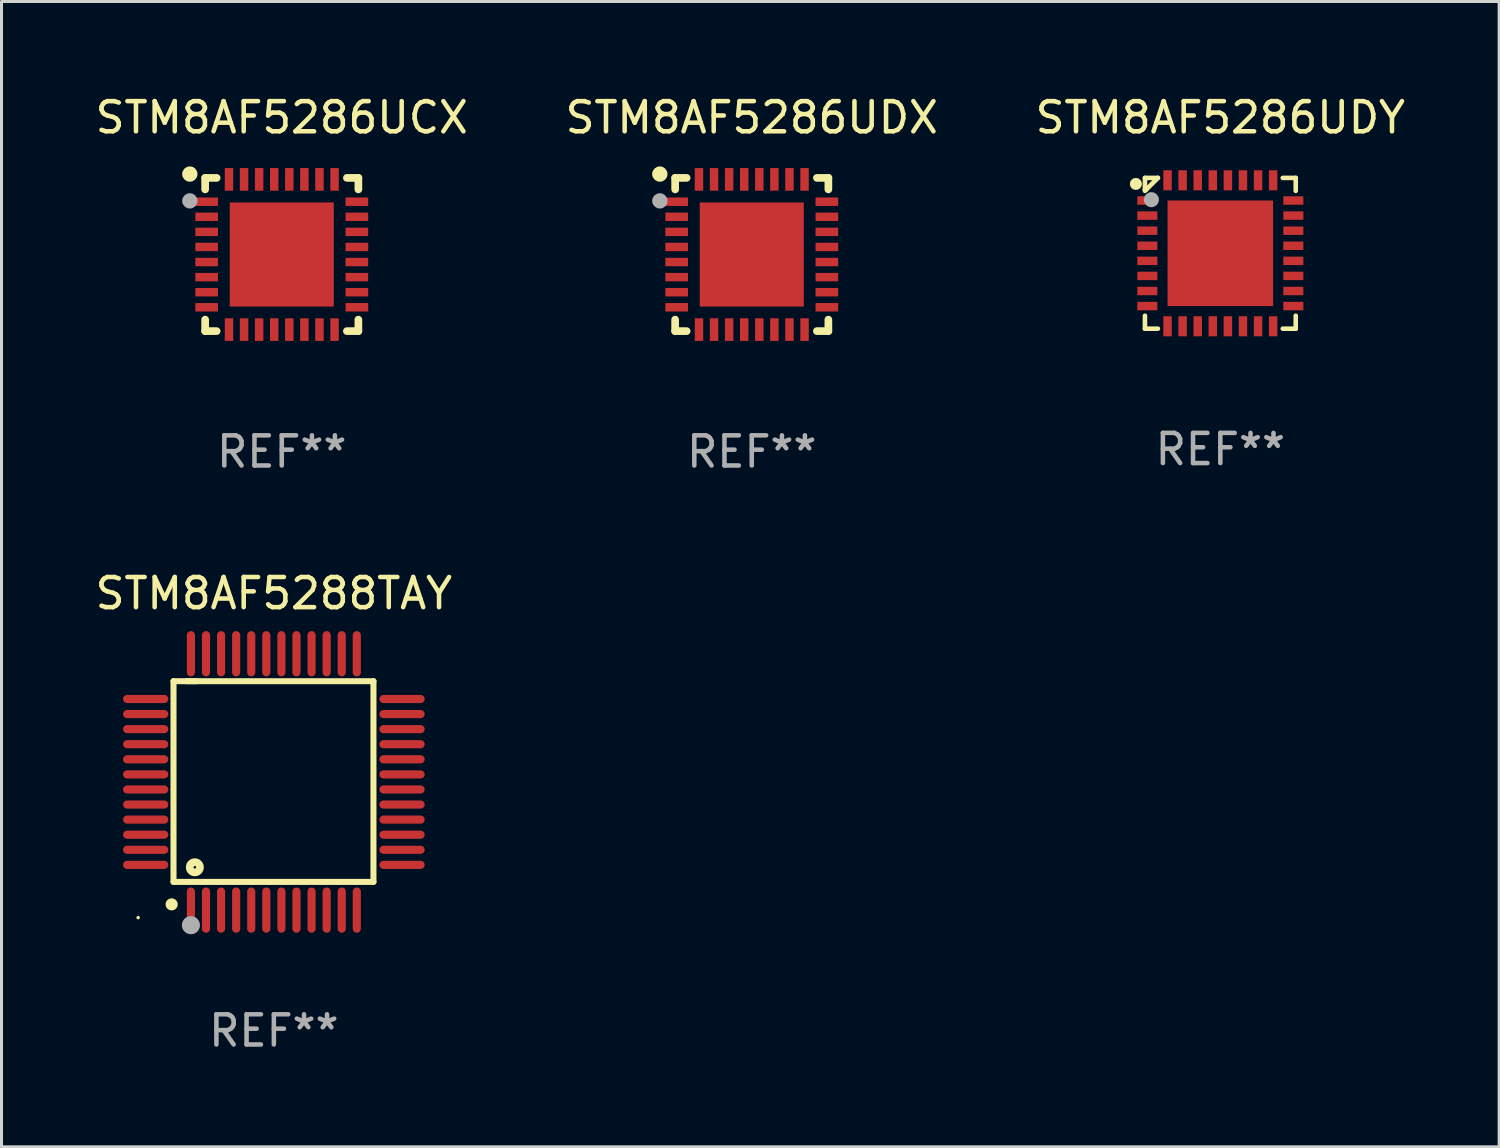
<source format=kicad_pcb>
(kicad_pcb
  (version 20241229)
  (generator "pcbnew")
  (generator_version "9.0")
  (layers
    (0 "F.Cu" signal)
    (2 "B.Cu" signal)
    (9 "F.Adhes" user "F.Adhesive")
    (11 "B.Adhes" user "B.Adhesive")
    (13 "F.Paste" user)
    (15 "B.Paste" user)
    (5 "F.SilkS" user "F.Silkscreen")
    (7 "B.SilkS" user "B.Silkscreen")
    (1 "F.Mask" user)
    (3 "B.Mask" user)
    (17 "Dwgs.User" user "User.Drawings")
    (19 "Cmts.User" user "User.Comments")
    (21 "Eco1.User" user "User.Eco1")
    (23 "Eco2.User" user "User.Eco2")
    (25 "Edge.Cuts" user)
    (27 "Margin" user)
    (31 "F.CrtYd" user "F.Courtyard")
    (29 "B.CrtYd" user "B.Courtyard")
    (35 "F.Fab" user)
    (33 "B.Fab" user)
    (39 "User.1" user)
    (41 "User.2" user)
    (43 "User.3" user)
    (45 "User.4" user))
  (footprint "STM8AF5286UDX"
    (layer "F.Cu")
    (at 21.875 5.388)
    (property "Reference" "STM8AF5286UDX" (at 0 -4.54 0) (layer "F.SilkS") (effects (font (size 1 1) (thickness 0.15))))
    (attr through_hole)
    (fp_line (start -2.54 -2.54) (end -2.159 -2.54) (stroke (width 0.254) (type solid)) (layer "F.SilkS"))
    (fp_line (start -2.54 -2.159) (end -2.54 -2.54) (stroke (width 0.254) (type solid)) (layer "F.SilkS"))
    (fp_line (start -2.54 2.54) (end -2.54 2.159) (stroke (width 0.254) (type solid)) (layer "F.SilkS"))
    (fp_line (start -2.159 2.54) (end -2.54 2.54) (stroke (width 0.254) (type solid)) (layer "F.SilkS"))
    (fp_line (start 2.159 -2.54) (end 2.54 -2.54) (stroke (width 0.254) (type solid)) (layer "F.SilkS"))
    (fp_line (start 2.54 -2.54) (end 2.54 -2.159) (stroke (width 0.254) (type solid)) (layer "F.SilkS"))
    (fp_line (start 2.54 2.159) (end 2.54 2.54) (stroke (width 0.254) (type solid)) (layer "F.SilkS"))
    (fp_line (start 2.54 2.54) (end 2.159 2.54) (stroke (width 0.254) (type solid)) (layer "F.SilkS"))
    (fp_circle (center -3.048 -2.667) (end -2.921 -2.667) (stroke (width 0.254) (type solid)) (fill no) (layer "F.SilkS"))
    (fp_circle (center -2.5 -2.5) (end -2.47 -2.5) (stroke (width 0.06) (type solid)) (fill no) (layer "F.SilkS"))
    (fp_circle (center -3.048 -1.778) (end -2.921 -1.778) (stroke (width 0.254) (type solid)) (fill no) (layer "F.Fab"))
    (fp_text user "REF**" (at 0 6.54 0) (layer "F.Fab") (effects (font (size 1 1) (thickness 0.15))))
    (pad "1" smd rect (at -2.49 -1.75) (size 0.75 0.28) (layers "F.Cu" "F.Mask" "F.Paste"))
    (pad "2" smd rect (at -2.49 -1.25) (size 0.75 0.28) (layers "F.Cu" "F.Mask" "F.Paste"))
    (pad "3" smd rect (at -2.49 -0.75) (size 0.75 0.28) (layers "F.Cu" "F.Mask" "F.Paste"))
    (pad "4" smd rect (at -2.49 -0.25) (size 0.75 0.28) (layers "F.Cu" "F.Mask" "F.Paste"))
    (pad "5" smd rect (at -2.49 0.25) (size 0.75 0.28) (layers "F.Cu" "F.Mask" "F.Paste"))
    (pad "6" smd rect (at -2.49 0.75) (size 0.75 0.28) (layers "F.Cu" "F.Mask" "F.Paste"))
    (pad "7" smd rect (at -2.49 1.25) (size 0.75 0.28) (layers "F.Cu" "F.Mask" "F.Paste"))
    (pad "8" smd rect (at -2.49 1.75) (size 0.75 0.28) (layers "F.Cu" "F.Mask" "F.Paste"))
    (pad "9" smd rect (at -1.75 2.49) (size 0.28 0.75) (layers "F.Cu" "F.Mask" "F.Paste"))
    (pad "10" smd rect (at -1.25 2.49) (size 0.28 0.75) (layers "F.Cu" "F.Mask" "F.Paste"))
    (pad "11" smd rect (at -0.75 2.49) (size 0.28 0.75) (layers "F.Cu" "F.Mask" "F.Paste"))
    (pad "12" smd rect (at -0.25 2.49) (size 0.28 0.75) (layers "F.Cu" "F.Mask" "F.Paste"))
    (pad "13" smd rect (at 0.25 2.49) (size 0.28 0.75) (layers "F.Cu" "F.Mask" "F.Paste"))
    (pad "14" smd rect (at 0.75 2.49) (size 0.28 0.75) (layers "F.Cu" "F.Mask" "F.Paste"))
    (pad "15" smd rect (at 1.25 2.49) (size 0.28 0.75) (layers "F.Cu" "F.Mask" "F.Paste"))
    (pad "16" smd rect (at 1.75 2.49) (size 0.28 0.75) (layers "F.Cu" "F.Mask" "F.Paste"))
    (pad "17" smd rect (at 2.49 1.75) (size 0.75 0.28) (layers "F.Cu" "F.Mask" "F.Paste"))
    (pad "18" smd rect (at 2.49 1.25) (size 0.75 0.28) (layers "F.Cu" "F.Mask" "F.Paste"))
    (pad "19" smd rect (at 2.49 0.75) (size 0.75 0.28) (layers "F.Cu" "F.Mask" "F.Paste"))
    (pad "20" smd rect (at 2.49 0.25) (size 0.75 0.28) (layers "F.Cu" "F.Mask" "F.Paste"))
    (pad "21" smd rect (at 2.49 -0.25) (size 0.75 0.28) (layers "F.Cu" "F.Mask" "F.Paste"))
    (pad "22" smd rect (at 2.49 -0.75) (size 0.75 0.28) (layers "F.Cu" "F.Mask" "F.Paste"))
    (pad "23" smd rect (at 2.49 -1.25) (size 0.75 0.28) (layers "F.Cu" "F.Mask" "F.Paste"))
    (pad "24" smd rect (at 2.49 -1.75) (size 0.75 0.28) (layers "F.Cu" "F.Mask" "F.Paste"))
    (pad "25" smd rect (at 1.75 -2.49) (size 0.28 0.75) (layers "F.Cu" "F.Mask" "F.Paste"))
    (pad "26" smd rect (at 1.25 -2.49) (size 0.28 0.75) (layers "F.Cu" "F.Mask" "F.Paste"))
    (pad "27" smd rect (at 0.75 -2.49) (size 0.28 0.75) (layers "F.Cu" "F.Mask" "F.Paste"))
    (pad "28" smd rect (at 0.25 -2.49) (size 0.28 0.75) (layers "F.Cu" "F.Mask" "F.Paste"))
    (pad "29" smd rect (at -0.25 -2.49) (size 0.28 0.75) (layers "F.Cu" "F.Mask" "F.Paste"))
    (pad "30" smd rect (at -0.75 -2.49) (size 0.28 0.75) (layers "F.Cu" "F.Mask" "F.Paste"))
    (pad "31" smd rect (at -1.25 -2.49) (size 0.28 0.75) (layers "F.Cu" "F.Mask" "F.Paste"))
    (pad "32" smd rect (at -1.75 -2.49) (size 0.28 0.75) (layers "F.Cu" "F.Mask" "F.Paste"))
    (pad "33" smd rect (at 0 0) (size 3.45 3.45) (layers "F.Cu" "F.Mask" "F.Paste")))
  (footprint "STM8AF5286UDY"
    (layer "F.Cu")
    (at 37.411 5.348)
    (property "Reference" "STM8AF5286UDY" (at 0 -4.5 0) (layer "F.SilkS") (effects (font (size 1 1) (thickness 0.15))))
    (attr through_hole)
    (fp_line (start -2.5 -2.5) (end -2.07 -2.5) (stroke (width 0.152) (type solid)) (layer "F.SilkS"))
    (fp_line (start -2.5 -2.11) (end -2.5 -2.5) (stroke (width 0.152) (type solid)) (layer "F.SilkS"))
    (fp_line (start -2.5 -2.11) (end -2.5 -2.07) (stroke (width 0.152) (type solid)) (layer "F.SilkS"))
    (fp_line (start -2.5 -2.11) (end -2.46 -2.11) (stroke (width 0.152) (type solid)) (layer "F.SilkS"))
    (fp_line (start -2.5 2.5) (end -2.5 2.07) (stroke (width 0.152) (type solid)) (layer "F.SilkS"))
    (fp_line (start -2.46 -2.11) (end -2.07 -2.5) (stroke (width 0.152) (type solid)) (layer "F.SilkS"))
    (fp_line (start -2.07 2.5) (end -2.5 2.5) (stroke (width 0.152) (type solid)) (layer "F.SilkS"))
    (fp_line (start 2.07 -2.5) (end 2.5 -2.5) (stroke (width 0.152) (type solid)) (layer "F.SilkS"))
    (fp_line (start 2.5 -2.5) (end 2.5 -2.07) (stroke (width 0.152) (type solid)) (layer "F.SilkS"))
    (fp_line (start 2.5 2.07) (end 2.5 2.5) (stroke (width 0.152) (type solid)) (layer "F.SilkS"))
    (fp_line (start 2.5 2.5) (end 2.07 2.5) (stroke (width 0.152) (type solid)) (layer "F.SilkS"))
    (fp_circle (center -2.8 -2.3) (end -2.7 -2.3) (stroke (width 0.2) (type solid)) (fill no) (layer "F.SilkS"))
    (fp_circle (center -2.5 -2.5) (end -2.47 -2.5) (stroke (width 0.06) (type solid)) (fill no) (layer "F.SilkS"))
    (fp_circle (center -2.286 -1.778) (end -2.161 -1.778) (stroke (width 0.25) (type solid)) (fill no) (layer "F.Fab"))
    (fp_text user "REF**" (at 0 6.5 0) (layer "F.Fab") (effects (font (size 1 1) (thickness 0.15))))
    (pad "1" smd rect (at -2.42 -1.75 270) (size 0.28 0.665) (layers "F.Cu" "F.Mask" "F.Paste"))
    (pad "2" smd rect (at -2.42 -1.25 270) (size 0.28 0.665) (layers "F.Cu" "F.Mask" "F.Paste"))
    (pad "3" smd rect (at -2.42 -0.75 270) (size 0.28 0.665) (layers "F.Cu" "F.Mask" "F.Paste"))
    (pad "4" smd rect (at -2.42 -0.25 270) (size 0.28 0.665) (layers "F.Cu" "F.Mask" "F.Paste"))
    (pad "5" smd rect (at -2.42 0.25 270) (size 0.28 0.665) (layers "F.Cu" "F.Mask" "F.Paste"))
    (pad "6" smd rect (at -2.42 0.75 270) (size 0.28 0.665) (layers "F.Cu" "F.Mask" "F.Paste"))
    (pad "7" smd rect (at -2.42 1.25 270) (size 0.28 0.665) (layers "F.Cu" "F.Mask" "F.Paste"))
    (pad "8" smd rect (at -2.42 1.75 270) (size 0.28 0.665) (layers "F.Cu" "F.Mask" "F.Paste"))
    (pad "9" smd rect (at -1.75 2.42 270) (size 0.665 0.28) (layers "F.Cu" "F.Mask" "F.Paste"))
    (pad "10" smd rect (at -1.25 2.42 270) (size 0.665 0.28) (layers "F.Cu" "F.Mask" "F.Paste"))
    (pad "11" smd rect (at -0.75 2.42 270) (size 0.665 0.28) (layers "F.Cu" "F.Mask" "F.Paste"))
    (pad "12" smd rect (at -0.25 2.42 270) (size 0.665 0.28) (layers "F.Cu" "F.Mask" "F.Paste"))
    (pad "13" smd rect (at 0.25 2.42 270) (size 0.665 0.28) (layers "F.Cu" "F.Mask" "F.Paste"))
    (pad "14" smd rect (at 0.75 2.42 270) (size 0.665 0.28) (layers "F.Cu" "F.Mask" "F.Paste"))
    (pad "15" smd rect (at 1.25 2.42 270) (size 0.665 0.28) (layers "F.Cu" "F.Mask" "F.Paste"))
    (pad "16" smd rect (at 1.75 2.42 270) (size 0.665 0.28) (layers "F.Cu" "F.Mask" "F.Paste"))
    (pad "17" smd rect (at 2.42 1.75 270) (size 0.28 0.665) (layers "F.Cu" "F.Mask" "F.Paste"))
    (pad "18" smd rect (at 2.42 1.25 270) (size 0.28 0.665) (layers "F.Cu" "F.Mask" "F.Paste"))
    (pad "19" smd rect (at 2.42 0.75 270) (size 0.28 0.665) (layers "F.Cu" "F.Mask" "F.Paste"))
    (pad "20" smd rect (at 2.42 0.25 270) (size 0.28 0.665) (layers "F.Cu" "F.Mask" "F.Paste"))
    (pad "21" smd rect (at 2.42 -0.25 270) (size 0.28 0.665) (layers "F.Cu" "F.Mask" "F.Paste"))
    (pad "22" smd rect (at 2.42 -0.75 270) (size 0.28 0.665) (layers "F.Cu" "F.Mask" "F.Paste"))
    (pad "23" smd rect (at 2.42 -1.25 270) (size 0.28 0.665) (layers "F.Cu" "F.Mask" "F.Paste"))
    (pad "24" smd rect (at 2.42 -1.75 270) (size 0.28 0.665) (layers "F.Cu" "F.Mask" "F.Paste"))
    (pad "25" smd rect (at 1.75 -2.42 270) (size 0.665 0.28) (layers "F.Cu" "F.Mask" "F.Paste"))
    (pad "26" smd rect (at 1.25 -2.42 270) (size 0.665 0.28) (layers "F.Cu" "F.Mask" "F.Paste"))
    (pad "27" smd rect (at 0.75 -2.42 270) (size 0.665 0.28) (layers "F.Cu" "F.Mask" "F.Paste"))
    (pad "28" smd rect (at 0.25 -2.42 270) (size 0.665 0.28) (layers "F.Cu" "F.Mask" "F.Paste"))
    (pad "29" smd rect (at -0.25 -2.42 270) (size 0.665 0.28) (layers "F.Cu" "F.Mask" "F.Paste"))
    (pad "30" smd rect (at -0.75 -2.42 270) (size 0.665 0.28) (layers "F.Cu" "F.Mask" "F.Paste"))
    (pad "31" smd rect (at -1.25 -2.42 270) (size 0.665 0.28) (layers "F.Cu" "F.Mask" "F.Paste"))
    (pad "32" smd rect (at -1.75 -2.42 270) (size 0.665 0.28) (layers "F.Cu" "F.Mask" "F.Paste"))
    (pad "33" smd rect (at 0 0 270) (size 3.5 3.5) (layers "F.Cu" "F.Mask" "F.Paste")))
  (footprint "STM8AF5288TAY"
    (layer "F.Cu")
    (at 6.03 22.875)
    (property "Reference" "STM8AF5288TAY" (at 0 -6.25 0) (layer "F.SilkS") (effects (font (size 1 1) (thickness 0.15))))
    (attr through_hole)
    (fp_line (start -3.327 -3.34) (end -2.565 -3.34) (stroke (width 0.2) (type solid)) (layer "F.SilkS"))
    (fp_line (start -3.327 3.315) (end -3.327 -3.34) (stroke (width 0.2) (type solid)) (layer "F.SilkS"))
    (fp_line (start -2.896 -3.34) (end 3.302 -3.34) (stroke (width 0.2) (type solid)) (layer "F.SilkS"))
    (fp_line (start 3.302 -3.34) (end 3.302 3.315) (stroke (width 0.2) (type solid)) (layer "F.SilkS"))
    (fp_line (start 3.302 3.315) (end -3.327 3.315) (stroke (width 0.2) (type solid)) (layer "F.SilkS"))
    (fp_arc (start -3.389992 4.059995) (mid -3.388722 4.059991) (end -3.387452 4.059995) (stroke (width 0.4) (type solid)) (layer "F.SilkS"))
    (fp_circle (center -4.5 4.5) (end -4.47 4.5) (stroke (width 0.06) (type solid)) (fill no) (layer "F.SilkS"))
    (fp_circle (center -2.62 2.83) (end -2.45 2.83) (stroke (width 0.254) (type solid)) (fill no) (layer "F.SilkS"))
    (fp_circle (center -2.75 4.75) (end -2.6 4.75) (stroke (width 0.3) (type solid)) (fill no) (layer "F.Fab"))
    (fp_text user "REF**" (at 0 8.25 0) (layer "F.Fab") (effects (font (size 1 1) (thickness 0.15))))
    (pad "1" smd oval (at -2.75 4.25) (size 0.27 1.5) (layers "F.Cu" "F.Mask" "F.Paste"))
    (pad "2" smd oval (at -2.25 4.25) (size 0.27 1.5) (layers "F.Cu" "F.Mask" "F.Paste"))
    (pad "3" smd oval (at -1.75 4.25) (size 0.27 1.5) (layers "F.Cu" "F.Mask" "F.Paste"))
    (pad "4" smd oval (at -1.25 4.25) (size 0.27 1.5) (layers "F.Cu" "F.Mask" "F.Paste"))
    (pad "5" smd oval (at -0.75 4.25) (size 0.27 1.5) (layers "F.Cu" "F.Mask" "F.Paste"))
    (pad "6" smd oval (at -0.25 4.25) (size 0.27 1.5) (layers "F.Cu" "F.Mask" "F.Paste"))
    (pad "7" smd oval (at 0.25 4.25) (size 0.27 1.5) (layers "F.Cu" "F.Mask" "F.Paste"))
    (pad "8" smd oval (at 0.75 4.25) (size 0.27 1.5) (layers "F.Cu" "F.Mask" "F.Paste"))
    (pad "9" smd oval (at 1.25 4.25) (size 0.27 1.5) (layers "F.Cu" "F.Mask" "F.Paste"))
    (pad "10" smd oval (at 1.75 4.25) (size 0.27 1.5) (layers "F.Cu" "F.Mask" "F.Paste"))
    (pad "11" smd oval (at 2.25 4.25) (size 0.27 1.5) (layers "F.Cu" "F.Mask" "F.Paste"))
    (pad "12" smd oval (at 2.75 4.25) (size 0.27 1.5) (layers "F.Cu" "F.Mask" "F.Paste"))
    (pad "13" smd oval (at 4.25 2.75) (size 1.5 0.27) (layers "F.Cu" "F.Mask" "F.Paste"))
    (pad "14" smd oval (at 4.25 2.25) (size 1.5 0.27) (layers "F.Cu" "F.Mask" "F.Paste"))
    (pad "15" smd oval (at 4.25 1.75) (size 1.5 0.27) (layers "F.Cu" "F.Mask" "F.Paste"))
    (pad "16" smd oval (at 4.25 1.25) (size 1.5 0.27) (layers "F.Cu" "F.Mask" "F.Paste"))
    (pad "17" smd oval (at 4.25 0.75) (size 1.5 0.27) (layers "F.Cu" "F.Mask" "F.Paste"))
    (pad "18" smd oval (at 4.25 0.25) (size 1.5 0.27) (layers "F.Cu" "F.Mask" "F.Paste"))
    (pad "19" smd oval (at 4.25 -0.25) (size 1.5 0.27) (layers "F.Cu" "F.Mask" "F.Paste"))
    (pad "20" smd oval (at 4.25 -0.75) (size 1.5 0.27) (layers "F.Cu" "F.Mask" "F.Paste"))
    (pad "21" smd oval (at 4.25 -1.25) (size 1.5 0.27) (layers "F.Cu" "F.Mask" "F.Paste"))
    (pad "22" smd oval (at 4.25 -1.75) (size 1.5 0.27) (layers "F.Cu" "F.Mask" "F.Paste"))
    (pad "23" smd oval (at 4.25 -2.25) (size 1.5 0.27) (layers "F.Cu" "F.Mask" "F.Paste"))
    (pad "24" smd oval (at 4.25 -2.75) (size 1.5 0.27) (layers "F.Cu" "F.Mask" "F.Paste"))
    (pad "25" smd oval (at 2.75 -4.25) (size 0.27 1.5) (layers "F.Cu" "F.Mask" "F.Paste"))
    (pad "26" smd oval (at 2.25 -4.25) (size 0.27 1.5) (layers "F.Cu" "F.Mask" "F.Paste"))
    (pad "27" smd oval (at 1.75 -4.25) (size 0.27 1.5) (layers "F.Cu" "F.Mask" "F.Paste"))
    (pad "28" smd oval (at 1.25 -4.25) (size 0.27 1.5) (layers "F.Cu" "F.Mask" "F.Paste"))
    (pad "29" smd oval (at 0.75 -4.25) (size 0.27 1.5) (layers "F.Cu" "F.Mask" "F.Paste"))
    (pad "30" smd oval (at 0.25 -4.25) (size 0.27 1.5) (layers "F.Cu" "F.Mask" "F.Paste"))
    (pad "31" smd oval (at -0.25 -4.25) (size 0.27 1.5) (layers "F.Cu" "F.Mask" "F.Paste"))
    (pad "32" smd oval (at -0.75 -4.25) (size 0.27 1.5) (layers "F.Cu" "F.Mask" "F.Paste"))
    (pad "33" smd oval (at -1.25 -4.25) (size 0.27 1.5) (layers "F.Cu" "F.Mask" "F.Paste"))
    (pad "34" smd oval (at -1.75 -4.25) (size 0.27 1.5) (layers "F.Cu" "F.Mask" "F.Paste"))
    (pad "35" smd oval (at -2.25 -4.25) (size 0.27 1.5) (layers "F.Cu" "F.Mask" "F.Paste"))
    (pad "36" smd oval (at -2.75 -4.25) (size 0.27 1.5) (layers "F.Cu" "F.Mask" "F.Paste"))
    (pad "37" smd oval (at -4.25 -2.75) (size 1.5 0.27) (layers "F.Cu" "F.Mask" "F.Paste"))
    (pad "38" smd oval (at -4.25 -2.25) (size 1.5 0.27) (layers "F.Cu" "F.Mask" "F.Paste"))
    (pad "39" smd oval (at -4.25 -1.75) (size 1.5 0.27) (layers "F.Cu" "F.Mask" "F.Paste"))
    (pad "40" smd oval (at -4.25 -1.25) (size 1.5 0.27) (layers "F.Cu" "F.Mask" "F.Paste"))
    (pad "41" smd oval (at -4.25 -0.75) (size 1.5 0.27) (layers "F.Cu" "F.Mask" "F.Paste"))
    (pad "42" smd oval (at -4.25 -0.25) (size 1.5 0.27) (layers "F.Cu" "F.Mask" "F.Paste"))
    (pad "43" smd oval (at -4.25 0.25) (size 1.5 0.27) (layers "F.Cu" "F.Mask" "F.Paste"))
    (pad "44" smd oval (at -4.25 0.75) (size 1.5 0.27) (layers "F.Cu" "F.Mask" "F.Paste"))
    (pad "45" smd oval (at -4.25 1.25) (size 1.5 0.27) (layers "F.Cu" "F.Mask" "F.Paste"))
    (pad "46" smd oval (at -4.25 1.75) (size 1.5 0.27) (layers "F.Cu" "F.Mask" "F.Paste"))
    (pad "47" smd oval (at -4.25 2.25) (size 1.5 0.27) (layers "F.Cu" "F.Mask" "F.Paste"))
    (pad "48" smd oval (at -4.25 2.75) (size 1.5 0.27) (layers "F.Cu" "F.Mask" "F.Paste")))
  (footprint "STM8AF5286UCX"
    (layer "F.Cu")
    (at 6.292 5.388)
    (property "Reference" "STM8AF5286UCX" (at 0 -4.54 0) (layer "F.SilkS") (effects (font (size 1 1) (thickness 0.15))))
    (attr through_hole)
    (fp_line (start -2.54 -2.54) (end -2.159 -2.54) (stroke (width 0.254) (type solid)) (layer "F.SilkS"))
    (fp_line (start -2.54 -2.159) (end -2.54 -2.54) (stroke (width 0.254) (type solid)) (layer "F.SilkS"))
    (fp_line (start -2.54 2.54) (end -2.54 2.159) (stroke (width 0.254) (type solid)) (layer "F.SilkS"))
    (fp_line (start -2.159 2.54) (end -2.54 2.54) (stroke (width 0.254) (type solid)) (layer "F.SilkS"))
    (fp_line (start 2.159 -2.54) (end 2.54 -2.54) (stroke (width 0.254) (type solid)) (layer "F.SilkS"))
    (fp_line (start 2.54 -2.54) (end 2.54 -2.159) (stroke (width 0.254) (type solid)) (layer "F.SilkS"))
    (fp_line (start 2.54 2.159) (end 2.54 2.54) (stroke (width 0.254) (type solid)) (layer "F.SilkS"))
    (fp_line (start 2.54 2.54) (end 2.159 2.54) (stroke (width 0.254) (type solid)) (layer "F.SilkS"))
    (fp_circle (center -3.048 -2.667) (end -2.921 -2.667) (stroke (width 0.254) (type solid)) (fill no) (layer "F.SilkS"))
    (fp_circle (center -2.5 -2.5) (end -2.47 -2.5) (stroke (width 0.06) (type solid)) (fill no) (layer "F.SilkS"))
    (fp_circle (center -3.048 -1.778) (end -2.921 -1.778) (stroke (width 0.254) (type solid)) (fill no) (layer "F.Fab"))
    (fp_text user "REF**" (at 0 6.54 0) (layer "F.Fab") (effects (font (size 1 1) (thickness 0.15))))
    (pad "1" smd rect (at -2.49 -1.75) (size 0.75 0.28) (layers "F.Cu" "F.Mask" "F.Paste"))
    (pad "2" smd rect (at -2.49 -1.25) (size 0.75 0.28) (layers "F.Cu" "F.Mask" "F.Paste"))
    (pad "3" smd rect (at -2.49 -0.75) (size 0.75 0.28) (layers "F.Cu" "F.Mask" "F.Paste"))
    (pad "4" smd rect (at -2.49 -0.25) (size 0.75 0.28) (layers "F.Cu" "F.Mask" "F.Paste"))
    (pad "5" smd rect (at -2.49 0.25) (size 0.75 0.28) (layers "F.Cu" "F.Mask" "F.Paste"))
    (pad "6" smd rect (at -2.49 0.75) (size 0.75 0.28) (layers "F.Cu" "F.Mask" "F.Paste"))
    (pad "7" smd rect (at -2.49 1.25) (size 0.75 0.28) (layers "F.Cu" "F.Mask" "F.Paste"))
    (pad "8" smd rect (at -2.49 1.75) (size 0.75 0.28) (layers "F.Cu" "F.Mask" "F.Paste"))
    (pad "9" smd rect (at -1.75 2.49) (size 0.28 0.75) (layers "F.Cu" "F.Mask" "F.Paste"))
    (pad "10" smd rect (at -1.25 2.49) (size 0.28 0.75) (layers "F.Cu" "F.Mask" "F.Paste"))
    (pad "11" smd rect (at -0.75 2.49) (size 0.28 0.75) (layers "F.Cu" "F.Mask" "F.Paste"))
    (pad "12" smd rect (at -0.25 2.49) (size 0.28 0.75) (layers "F.Cu" "F.Mask" "F.Paste"))
    (pad "13" smd rect (at 0.25 2.49) (size 0.28 0.75) (layers "F.Cu" "F.Mask" "F.Paste"))
    (pad "14" smd rect (at 0.75 2.49) (size 0.28 0.75) (layers "F.Cu" "F.Mask" "F.Paste"))
    (pad "15" smd rect (at 1.25 2.49) (size 0.28 0.75) (layers "F.Cu" "F.Mask" "F.Paste"))
    (pad "16" smd rect (at 1.75 2.49) (size 0.28 0.75) (layers "F.Cu" "F.Mask" "F.Paste"))
    (pad "17" smd rect (at 2.49 1.75) (size 0.75 0.28) (layers "F.Cu" "F.Mask" "F.Paste"))
    (pad "18" smd rect (at 2.49 1.25) (size 0.75 0.28) (layers "F.Cu" "F.Mask" "F.Paste"))
    (pad "19" smd rect (at 2.49 0.75) (size 0.75 0.28) (layers "F.Cu" "F.Mask" "F.Paste"))
    (pad "20" smd rect (at 2.49 0.25) (size 0.75 0.28) (layers "F.Cu" "F.Mask" "F.Paste"))
    (pad "21" smd rect (at 2.49 -0.25) (size 0.75 0.28) (layers "F.Cu" "F.Mask" "F.Paste"))
    (pad "22" smd rect (at 2.49 -0.75) (size 0.75 0.28) (layers "F.Cu" "F.Mask" "F.Paste"))
    (pad "23" smd rect (at 2.49 -1.25) (size 0.75 0.28) (layers "F.Cu" "F.Mask" "F.Paste"))
    (pad "24" smd rect (at 2.49 -1.75) (size 0.75 0.28) (layers "F.Cu" "F.Mask" "F.Paste"))
    (pad "25" smd rect (at 1.75 -2.49) (size 0.28 0.75) (layers "F.Cu" "F.Mask" "F.Paste"))
    (pad "26" smd rect (at 1.25 -2.49) (size 0.28 0.75) (layers "F.Cu" "F.Mask" "F.Paste"))
    (pad "27" smd rect (at 0.75 -2.49) (size 0.28 0.75) (layers "F.Cu" "F.Mask" "F.Paste"))
    (pad "28" smd rect (at 0.25 -2.49) (size 0.28 0.75) (layers "F.Cu" "F.Mask" "F.Paste"))
    (pad "29" smd rect (at -0.25 -2.49) (size 0.28 0.75) (layers "F.Cu" "F.Mask" "F.Paste"))
    (pad "30" smd rect (at -0.75 -2.49) (size 0.28 0.75) (layers "F.Cu" "F.Mask" "F.Paste"))
    (pad "31" smd rect (at -1.25 -2.49) (size 0.28 0.75) (layers "F.Cu" "F.Mask" "F.Paste"))
    (pad "32" smd rect (at -1.75 -2.49) (size 0.28 0.75) (layers "F.Cu" "F.Mask" "F.Paste"))
    (pad "33" smd rect (at 0 0) (size 3.45 3.45) (layers "F.Cu" "F.Mask" "F.Paste")))
  (gr_rect
    (start -3 -3)
    (end 46.655 34.973)
    (stroke (width 0.1) (type default))
    (fill no)
    (layer "Edge.Cuts")))
</source>
